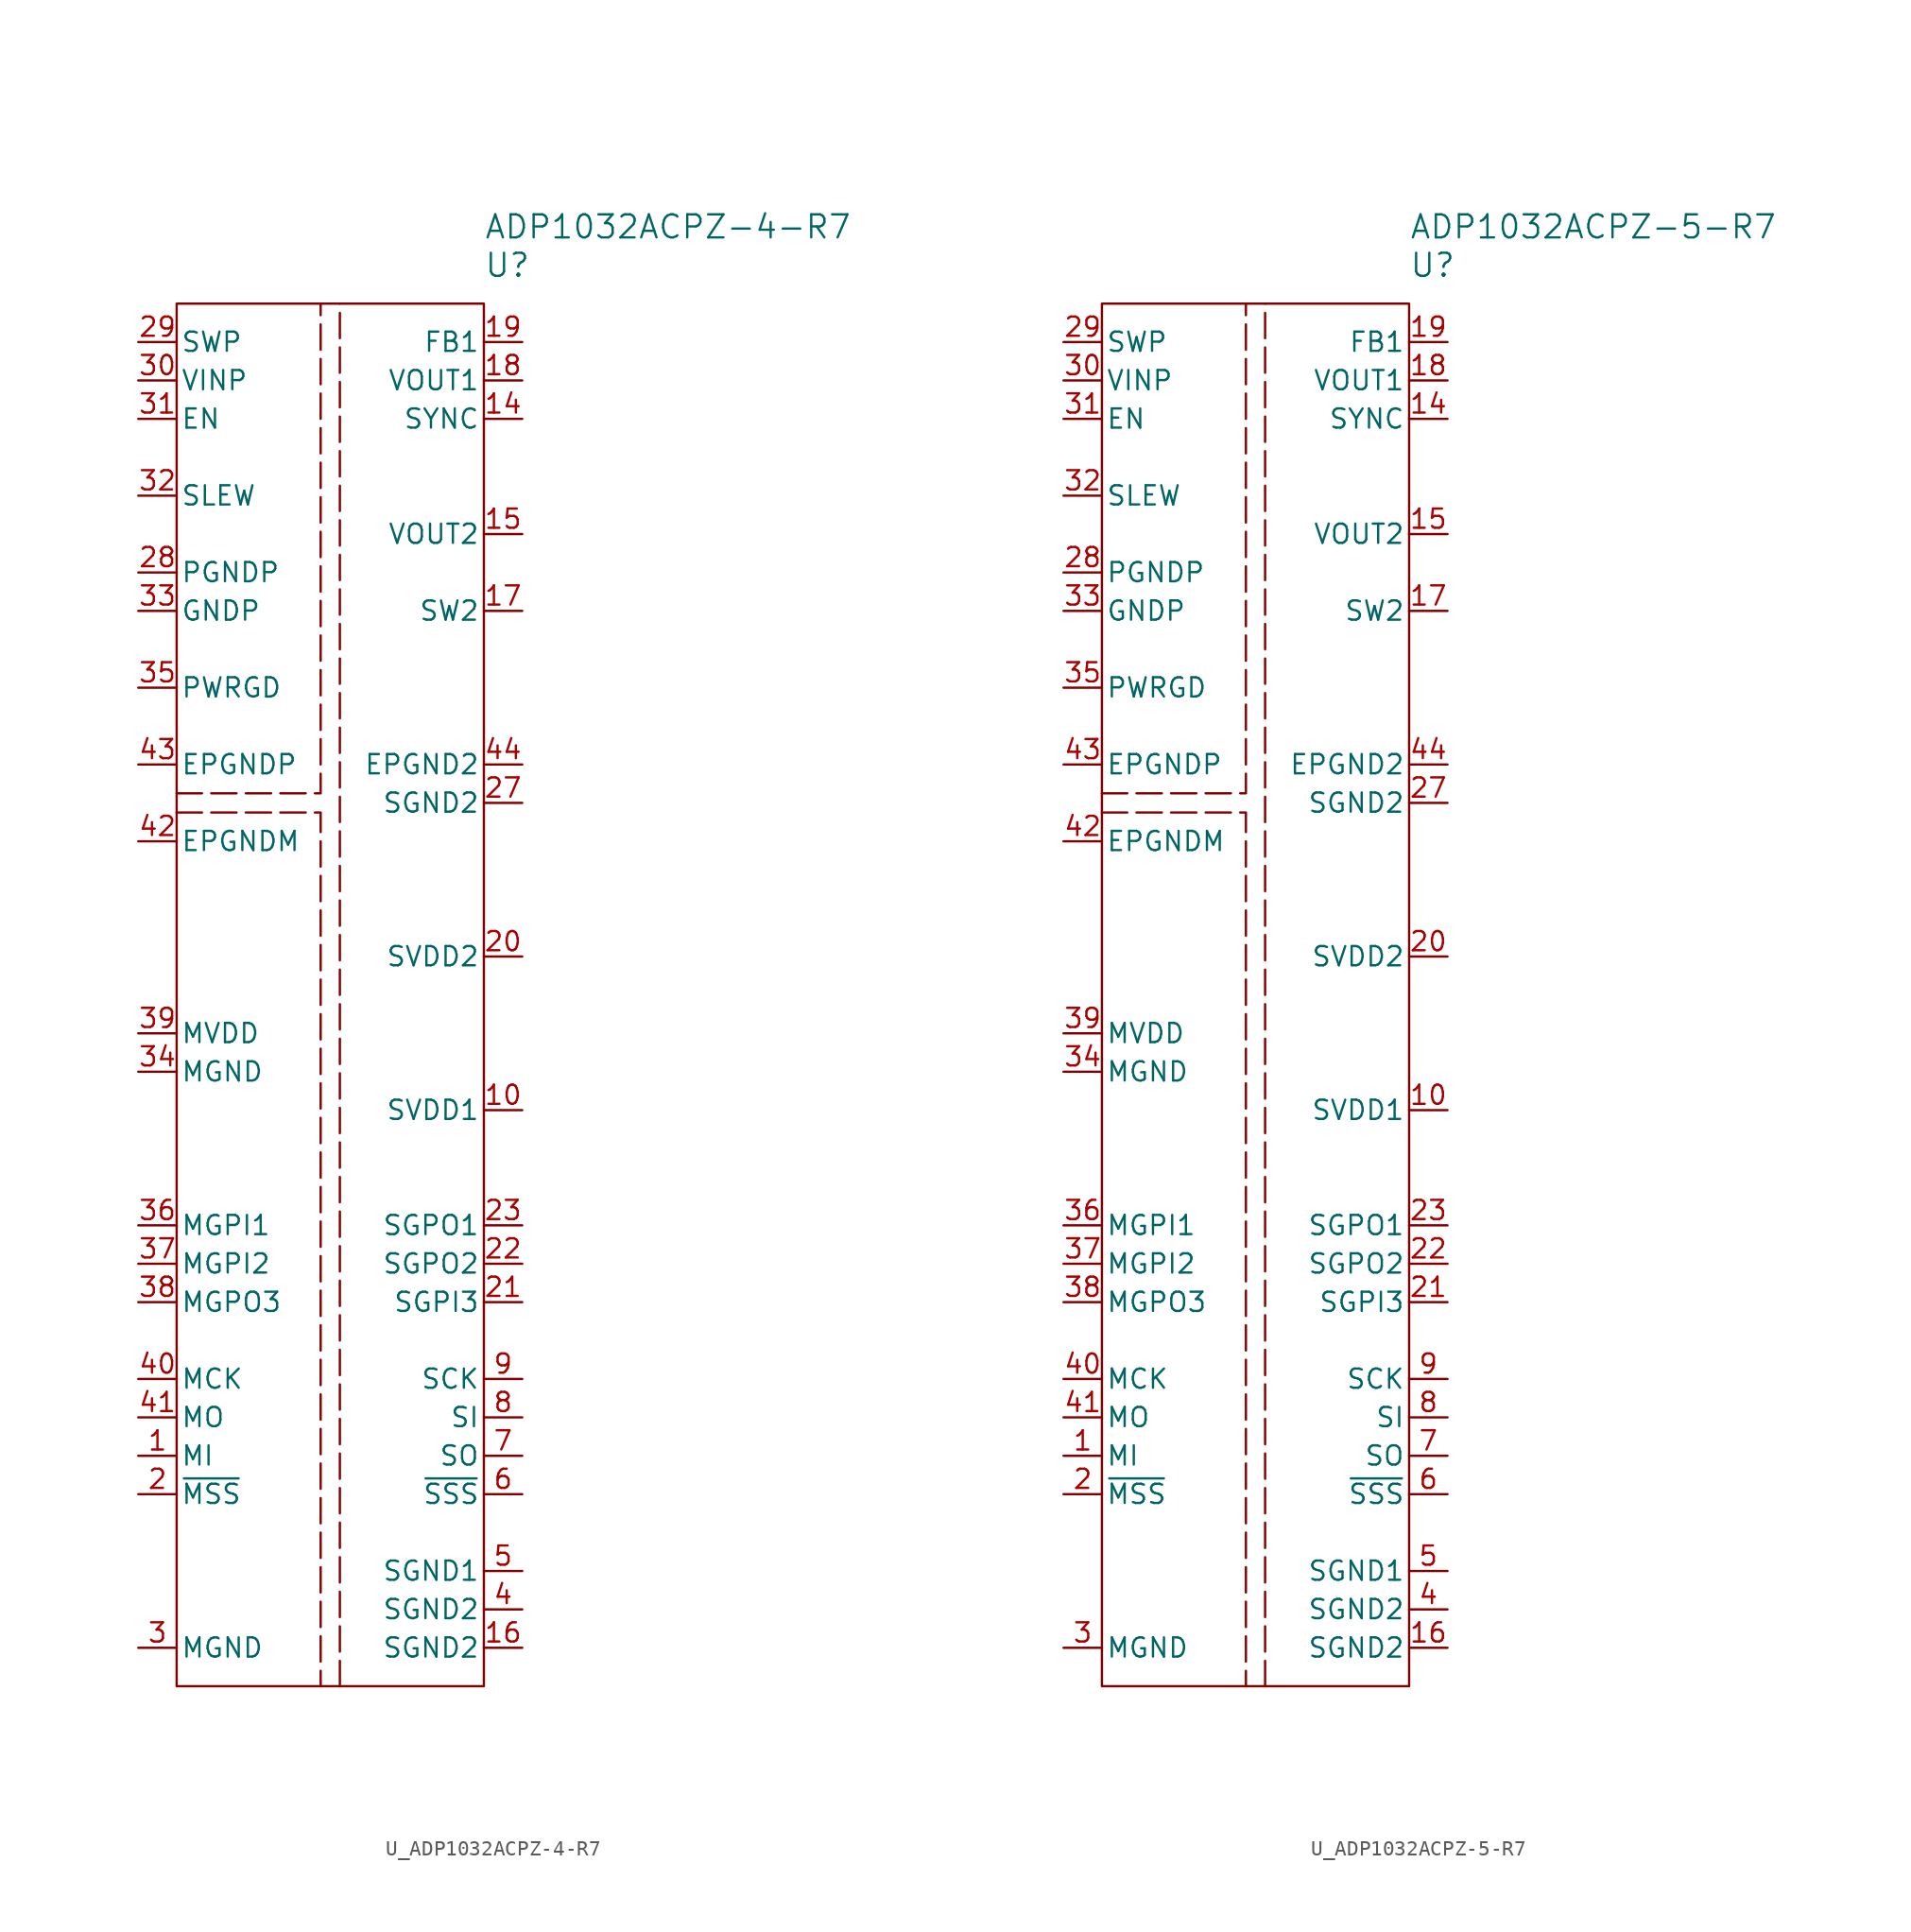
<source format=kicad_sym>
(kicad_symbol_lib
  (version 20241209)
  (generator "kicad_symbol_editor")
  (generator_version "9.0")
  (symbol "U_ADP1032ACPZ-4-R7"
    (pin_names
      (offset 0.254))
    (property "Reference" "U"
      (at 10.16 50.8 0)
      (effects (font (size 1.524 1.524)) (justify left)))
    (property "Value" "ADP1032ACPZ-4-R7"
      (at 10.16 53.34 0)
      (effects (font (size 1.524 1.524)) (justify left)))
    (symbol "U_ADP1032ACPZ-4-R7_0_1"
      (pin power_in line (at -12.7 43.18 0) (length 2.54) (name "VINP" (effects (font (size 1.27 1.27)))) (number "30" (effects (font (size 1.27 1.27)))))
      (pin input line (at -12.7 40.64 0) (length 2.54) (name "EN" (effects (font (size 1.27 1.27)))) (number "31" (effects (font (size 1.27 1.27)))))
      (pin input line (at -12.7 35.56 0) (length 2.54) (name "SLEW" (effects (font (size 1.27 1.27)))) (number "32" (effects (font (size 1.27 1.27)))))
      (pin power_out line (at -12.7 30.48 0) (length 2.54) (name "PGNDP" (effects (font (size 1.27 1.27)))) (number "28" (effects (font (size 1.27 1.27)))))
      (pin power_out line (at -12.7 27.94 0) (length 2.54) (name "GNDP" (effects (font (size 1.27 1.27)))) (number "33" (effects (font (size 1.27 1.27)))))
      (pin power_out line (at -12.7 22.86 0) (length 2.54) (name "PWRGD" (effects (font (size 1.27 1.27)))) (number "35" (effects (font (size 1.27 1.27)))))
      (pin power_out line (at -12.7 17.78 0) (length 2.54) (name "EPGNDP" (effects (font (size 1.27 1.27)))) (number "43" (effects (font (size 1.27 1.27)))))
      (pin power_out line (at -12.7 12.7 0) (length 2.54) (name "EPGNDM" (effects (font (size 1.27 1.27)))) (number "42" (effects (font (size 1.27 1.27)))))
      (pin power_in line (at -12.7 0 0) (length 2.54) (name "MVDD" (effects (font (size 1.27 1.27)))) (number "39" (effects (font (size 1.27 1.27)))))
      (pin power_out line (at -12.7 -2.54 0) (length 2.54) (name "MGND" (effects (font (size 1.27 1.27)))) (number "34" (effects (font (size 1.27 1.27)))))
      (pin input line (at -12.7 -12.7 0) (length 2.54) (name "MGPI1" (effects (font (size 1.27 1.27)))) (number "36" (effects (font (size 1.27 1.27)))))
      (pin input line (at -12.7 -15.24 0) (length 2.54) (name "MGPI2" (effects (font (size 1.27 1.27)))) (number "37" (effects (font (size 1.27 1.27)))))
      (pin output line (at -12.7 -17.78 0) (length 2.54) (name "MGPO3" (effects (font (size 1.27 1.27)))) (number "38" (effects (font (size 1.27 1.27)))))
      (pin input line (at -12.7 -22.86 0) (length 2.54) (name "MCK" (effects (font (size 1.27 1.27)))) (number "40" (effects (font (size 1.27 1.27)))))
      (pin input line (at -12.7 -25.4 0) (length 2.54) (name "MO" (effects (font (size 1.27 1.27)))) (number "41" (effects (font (size 1.27 1.27)))))
      (pin output line (at -12.7 -27.94 0) (length 2.54) (name "MI" (effects (font (size 1.27 1.27)))) (number "1" (effects (font (size 1.27 1.27)))))
      (pin input line (at 12.7 40.64 180) (length 2.54) (name "SYNC" (effects (font (size 1.27 1.27)))) (number "14" (effects (font (size 1.27 1.27)))))
      (pin power_out line (at 12.7 17.78 180) (length 2.54) (name "EPGND2" (effects (font (size 1.27 1.27)))) (number "44" (effects (font (size 1.27 1.27)))))
      (pin power_out line (at 12.7 15.24 180) (length 2.54) (name "SGND2" (effects (font (size 1.27 1.27)))) (number "27" (effects (font (size 1.27 1.27)))))
      (pin power_in line (at 12.7 5.08 180) (length 2.54) (name "SVDD2" (effects (font (size 1.27 1.27)))) (number "20" (effects (font (size 1.27 1.27)))))
      (pin power_in line (at 12.7 -5.08 180) (length 2.54) (name "SVDD1" (effects (font (size 1.27 1.27)))) (number "10" (effects (font (size 1.27 1.27)))))
      (pin input line (at 12.7 -17.78 180) (length 2.54) (name "SGPI3" (effects (font (size 1.27 1.27)))) (number "21" (effects (font (size 1.27 1.27)))))
      (pin output line (at 12.7 -22.86 180) (length 2.54) (name "SCK" (effects (font (size 1.27 1.27)))) (number "9" (effects (font (size 1.27 1.27)))))
      (pin output line (at 12.7 -25.4 180) (length 2.54) (name "SI" (effects (font (size 1.27 1.27)))) (number "8" (effects (font (size 1.27 1.27)))))
      (pin input line (at 12.7 -27.94 180) (length 2.54) (name "SO" (effects (font (size 1.27 1.27)))) (number "7" (effects (font (size 1.27 1.27))))))
    (symbol "U_ADP1032ACPZ-4-R7_1_1"
      (rectangle (start -10.16 48.26) (end 10.16 -43.18) (stroke (width 0) (type default)) (fill (type none)))
      (polyline (pts (xy -10.16 15.875) (xy -0.635 15.875) (xy -0.635 48.26)) (stroke (width 0) (type dash)) (fill (type none)))
      (polyline (pts (xy -10.16 14.605) (xy -0.635 14.605) (xy -0.635 -43.18)) (stroke (width 0) (type dash)) (fill (type none)))
      (polyline (pts (xy 0.635 -43.18) (xy 0.635 48.26)) (stroke (width 0) (type dash)) (fill (type none)))
      (pin power_in line (at -12.7 45.72 0) (length 2.54) (name "SWP" (effects (font (size 1.27 1.27)))) (number "29" (effects (font (size 1.27 1.27)))))
      (pin input line (at -12.7 -30.48 0) (length 2.54) (name "~{MSS}" (effects (font (size 1.27 1.27)))) (number "2" (effects (font (size 1.27 1.27)))))
      (pin power_in line (at -12.7 -40.64 0) (length 2.54) (name "MGND" (effects (font (size 1.27 1.27)))) (number "3" (effects (font (size 1.27 1.27)))))
      (pin input line (at 12.7 45.72 180) (length 2.54) (name "FB1" (effects (font (size 1.27 1.27)))) (number "19" (effects (font (size 1.27 1.27)))))
      (pin power_out line (at 12.7 43.18 180) (length 2.54) (name "VOUT1" (effects (font (size 1.27 1.27)))) (number "18" (effects (font (size 1.27 1.27)))))
      (pin power_out line (at 12.7 33.02 180) (length 2.54) (name "VOUT2" (effects (font (size 1.27 1.27)))) (number "15" (effects (font (size 1.27 1.27)))))
      (pin power_in line (at 12.7 27.94 180) (length 2.54) (name "SW2" (effects (font (size 1.27 1.27)))) (number "17" (effects (font (size 1.27 1.27)))))
      (pin no_connect line (at 12.7 12.7 180) (length 2.54) (hide yes) (name "DNC" (effects (font (size 1.27 1.27)))) (number "26" (effects (font (size 1.27 1.27)))))
      (pin no_connect line (at 12.7 10.16 180) (length 2.54) (hide yes) (name "DNC" (effects (font (size 1.27 1.27)))) (number "25" (effects (font (size 1.27 1.27)))))
      (pin no_connect line (at 12.7 7.62 180) (length 2.54) (hide yes) (name "DNC" (effects (font (size 1.27 1.27)))) (number "24" (effects (font (size 1.27 1.27)))))
      (pin no_connect line (at 12.7 2.54 180) (length 2.54) (hide yes) (name "DNC" (effects (font (size 1.27 1.27)))) (number "13" (effects (font (size 1.27 1.27)))))
      (pin no_connect line (at 12.7 0 180) (length 2.54) (hide yes) (name "DNC" (effects (font (size 1.27 1.27)))) (number "12" (effects (font (size 1.27 1.27)))))
      (pin no_connect line (at 12.7 -2.54 180) (length 2.54) (hide yes) (name "DNC" (effects (font (size 1.27 1.27)))) (number "11" (effects (font (size 1.27 1.27)))))
      (pin output line (at 12.7 -12.7 180) (length 2.54) (name "SGPO1" (effects (font (size 1.27 1.27)))) (number "23" (effects (font (size 1.27 1.27)))))
      (pin output line (at 12.7 -15.24 180) (length 2.54) (name "SGPO2" (effects (font (size 1.27 1.27)))) (number "22" (effects (font (size 1.27 1.27)))))
      (pin output line (at 12.7 -30.48 180) (length 2.54) (name "~{SSS}" (effects (font (size 1.27 1.27)))) (number "6" (effects (font (size 1.27 1.27)))))
      (pin power_in line (at 12.7 -35.56 180) (length 2.54) (name "SGND1" (effects (font (size 1.27 1.27)))) (number "5" (effects (font (size 1.27 1.27)))))
      (pin power_in line (at 12.7 -38.1 180) (length 2.54) (name "SGND2" (effects (font (size 1.27 1.27)))) (number "4" (effects (font (size 1.27 1.27)))))
      (pin power_in line (at 12.7 -40.64 180) (length 2.54) (name "SGND2" (effects (font (size 1.27 1.27)))) (number "16" (effects (font (size 1.27 1.27)))))))
  (symbol "U_ADP1032ACPZ-5-R7"
    (pin_names
      (offset 0.254))
    (property "Reference" "U"
      (at 10.16 50.8 0)
      (effects (font (size 1.524 1.524)) (justify left)))
    (property "Value" "ADP1032ACPZ-5-R7"
      (at 10.16 53.34 0)
      (effects (font (size 1.524 1.524)) (justify left)))
    (symbol "U_ADP1032ACPZ-5-R7_0_1"
      (pin power_in line (at -12.7 43.18 0) (length 2.54) (name "VINP" (effects (font (size 1.27 1.27)))) (number "30" (effects (font (size 1.27 1.27)))))
      (pin input line (at -12.7 40.64 0) (length 2.54) (name "EN" (effects (font (size 1.27 1.27)))) (number "31" (effects (font (size 1.27 1.27)))))
      (pin input line (at -12.7 35.56 0) (length 2.54) (name "SLEW" (effects (font (size 1.27 1.27)))) (number "32" (effects (font (size 1.27 1.27)))))
      (pin power_out line (at -12.7 30.48 0) (length 2.54) (name "PGNDP" (effects (font (size 1.27 1.27)))) (number "28" (effects (font (size 1.27 1.27)))))
      (pin power_out line (at -12.7 27.94 0) (length 2.54) (name "GNDP" (effects (font (size 1.27 1.27)))) (number "33" (effects (font (size 1.27 1.27)))))
      (pin power_out line (at -12.7 22.86 0) (length 2.54) (name "PWRGD" (effects (font (size 1.27 1.27)))) (number "35" (effects (font (size 1.27 1.27)))))
      (pin power_out line (at -12.7 17.78 0) (length 2.54) (name "EPGNDP" (effects (font (size 1.27 1.27)))) (number "43" (effects (font (size 1.27 1.27)))))
      (pin power_out line (at -12.7 12.7 0) (length 2.54) (name "EPGNDM" (effects (font (size 1.27 1.27)))) (number "42" (effects (font (size 1.27 1.27)))))
      (pin power_in line (at -12.7 0 0) (length 2.54) (name "MVDD" (effects (font (size 1.27 1.27)))) (number "39" (effects (font (size 1.27 1.27)))))
      (pin power_out line (at -12.7 -2.54 0) (length 2.54) (name "MGND" (effects (font (size 1.27 1.27)))) (number "34" (effects (font (size 1.27 1.27)))))
      (pin input line (at -12.7 -12.7 0) (length 2.54) (name "MGPI1" (effects (font (size 1.27 1.27)))) (number "36" (effects (font (size 1.27 1.27)))))
      (pin input line (at -12.7 -15.24 0) (length 2.54) (name "MGPI2" (effects (font (size 1.27 1.27)))) (number "37" (effects (font (size 1.27 1.27)))))
      (pin output line (at -12.7 -17.78 0) (length 2.54) (name "MGPO3" (effects (font (size 1.27 1.27)))) (number "38" (effects (font (size 1.27 1.27)))))
      (pin input line (at -12.7 -22.86 0) (length 2.54) (name "MCK" (effects (font (size 1.27 1.27)))) (number "40" (effects (font (size 1.27 1.27)))))
      (pin input line (at -12.7 -25.4 0) (length 2.54) (name "MO" (effects (font (size 1.27 1.27)))) (number "41" (effects (font (size 1.27 1.27)))))
      (pin output line (at -12.7 -27.94 0) (length 2.54) (name "MI" (effects (font (size 1.27 1.27)))) (number "1" (effects (font (size 1.27 1.27)))))
      (pin input line (at 12.7 40.64 180) (length 2.54) (name "SYNC" (effects (font (size 1.27 1.27)))) (number "14" (effects (font (size 1.27 1.27)))))
      (pin power_out line (at 12.7 17.78 180) (length 2.54) (name "EPGND2" (effects (font (size 1.27 1.27)))) (number "44" (effects (font (size 1.27 1.27)))))
      (pin power_out line (at 12.7 15.24 180) (length 2.54) (name "SGND2" (effects (font (size 1.27 1.27)))) (number "27" (effects (font (size 1.27 1.27)))))
      (pin power_in line (at 12.7 5.08 180) (length 2.54) (name "SVDD2" (effects (font (size 1.27 1.27)))) (number "20" (effects (font (size 1.27 1.27)))))
      (pin power_in line (at 12.7 -5.08 180) (length 2.54) (name "SVDD1" (effects (font (size 1.27 1.27)))) (number "10" (effects (font (size 1.27 1.27)))))
      (pin input line (at 12.7 -17.78 180) (length 2.54) (name "SGPI3" (effects (font (size 1.27 1.27)))) (number "21" (effects (font (size 1.27 1.27)))))
      (pin output line (at 12.7 -22.86 180) (length 2.54) (name "SCK" (effects (font (size 1.27 1.27)))) (number "9" (effects (font (size 1.27 1.27)))))
      (pin output line (at 12.7 -25.4 180) (length 2.54) (name "SI" (effects (font (size 1.27 1.27)))) (number "8" (effects (font (size 1.27 1.27)))))
      (pin input line (at 12.7 -27.94 180) (length 2.54) (name "SO" (effects (font (size 1.27 1.27)))) (number "7" (effects (font (size 1.27 1.27))))))
    (symbol "U_ADP1032ACPZ-5-R7_1_1"
      (rectangle (start -10.16 48.26) (end 10.16 -43.18) (stroke (width 0) (type default)) (fill (type none)))
      (polyline (pts (xy -10.16 15.875) (xy -0.635 15.875) (xy -0.635 48.26)) (stroke (width 0) (type dash)) (fill (type none)))
      (polyline (pts (xy -10.16 14.605) (xy -0.635 14.605) (xy -0.635 -43.18)) (stroke (width 0) (type dash)) (fill (type none)))
      (polyline (pts (xy 0.635 -43.18) (xy 0.635 48.26)) (stroke (width 0) (type dash)) (fill (type none)))
      (pin power_in line (at -12.7 45.72 0) (length 2.54) (name "SWP" (effects (font (size 1.27 1.27)))) (number "29" (effects (font (size 1.27 1.27)))))
      (pin input line (at -12.7 -30.48 0) (length 2.54) (name "~{MSS}" (effects (font (size 1.27 1.27)))) (number "2" (effects (font (size 1.27 1.27)))))
      (pin power_in line (at -12.7 -40.64 0) (length 2.54) (name "MGND" (effects (font (size 1.27 1.27)))) (number "3" (effects (font (size 1.27 1.27)))))
      (pin input line (at 12.7 45.72 180) (length 2.54) (name "FB1" (effects (font (size 1.27 1.27)))) (number "19" (effects (font (size 1.27 1.27)))))
      (pin power_out line (at 12.7 43.18 180) (length 2.54) (name "VOUT1" (effects (font (size 1.27 1.27)))) (number "18" (effects (font (size 1.27 1.27)))))
      (pin power_out line (at 12.7 33.02 180) (length 2.54) (name "VOUT2" (effects (font (size 1.27 1.27)))) (number "15" (effects (font (size 1.27 1.27)))))
      (pin power_in line (at 12.7 27.94 180) (length 2.54) (name "SW2" (effects (font (size 1.27 1.27)))) (number "17" (effects (font (size 1.27 1.27)))))
      (pin no_connect line (at 12.7 12.7 180) (length 2.54) (hide yes) (name "DNC" (effects (font (size 1.27 1.27)))) (number "26" (effects (font (size 1.27 1.27)))))
      (pin no_connect line (at 12.7 10.16 180) (length 2.54) (hide yes) (name "DNC" (effects (font (size 1.27 1.27)))) (number "25" (effects (font (size 1.27 1.27)))))
      (pin no_connect line (at 12.7 7.62 180) (length 2.54) (hide yes) (name "DNC" (effects (font (size 1.27 1.27)))) (number "24" (effects (font (size 1.27 1.27)))))
      (pin no_connect line (at 12.7 2.54 180) (length 2.54) (hide yes) (name "DNC" (effects (font (size 1.27 1.27)))) (number "13" (effects (font (size 1.27 1.27)))))
      (pin no_connect line (at 12.7 0 180) (length 2.54) (hide yes) (name "DNC" (effects (font (size 1.27 1.27)))) (number "12" (effects (font (size 1.27 1.27)))))
      (pin no_connect line (at 12.7 -2.54 180) (length 2.54) (hide yes) (name "DNC" (effects (font (size 1.27 1.27)))) (number "11" (effects (font (size 1.27 1.27)))))
      (pin output line (at 12.7 -12.7 180) (length 2.54) (name "SGPO1" (effects (font (size 1.27 1.27)))) (number "23" (effects (font (size 1.27 1.27)))))
      (pin output line (at 12.7 -15.24 180) (length 2.54) (name "SGPO2" (effects (font (size 1.27 1.27)))) (number "22" (effects (font (size 1.27 1.27)))))
      (pin output line (at 12.7 -30.48 180) (length 2.54) (name "~{SSS}" (effects (font (size 1.27 1.27)))) (number "6" (effects (font (size 1.27 1.27)))))
      (pin power_in line (at 12.7 -35.56 180) (length 2.54) (name "SGND1" (effects (font (size 1.27 1.27)))) (number "5" (effects (font (size 1.27 1.27)))))
      (pin power_in line (at 12.7 -38.1 180) (length 2.54) (name "SGND2" (effects (font (size 1.27 1.27)))) (number "4" (effects (font (size 1.27 1.27)))))
      (pin power_in line (at 12.7 -40.64 180) (length 2.54) (name "SGND2" (effects (font (size 1.27 1.27)))) (number "16" (effects (font (size 1.27 1.27))))))))
</source>
